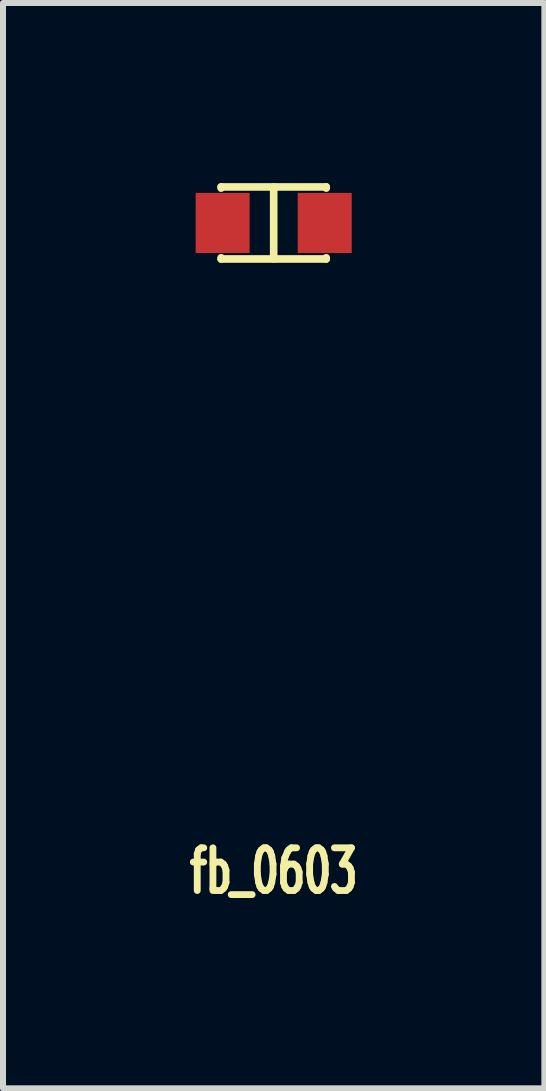
<source format=kicad_pcb>
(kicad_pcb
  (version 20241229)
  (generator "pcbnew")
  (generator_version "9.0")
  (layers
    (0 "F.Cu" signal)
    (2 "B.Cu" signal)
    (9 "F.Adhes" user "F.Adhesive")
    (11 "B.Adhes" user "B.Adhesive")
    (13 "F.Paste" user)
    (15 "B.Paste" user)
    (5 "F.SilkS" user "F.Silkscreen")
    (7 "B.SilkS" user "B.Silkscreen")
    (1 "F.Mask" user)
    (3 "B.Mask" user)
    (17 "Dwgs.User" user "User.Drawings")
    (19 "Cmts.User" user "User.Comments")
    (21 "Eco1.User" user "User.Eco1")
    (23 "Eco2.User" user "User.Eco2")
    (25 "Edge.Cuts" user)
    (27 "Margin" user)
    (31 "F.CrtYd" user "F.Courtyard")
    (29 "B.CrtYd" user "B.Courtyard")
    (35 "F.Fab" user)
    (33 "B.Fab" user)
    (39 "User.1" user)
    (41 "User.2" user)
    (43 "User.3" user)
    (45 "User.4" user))
  (footprint "fb_0603"
    (layer "F.Cu")
    (at 1.508 0.663)
    (property "Reference" "fb_0603" (at 0 10.795 0) (layer "F.SilkS") (effects (font (size 0.711 0.457) (thickness 0.114))))
    (attr through_hole)
    (fp_line (start -0.875 -0.58) (end -0.875 -0.6) (stroke (width 0.127) (type solid)) (layer "F.SilkS"))
    (fp_line (start -0.875 0.6) (end -0.875 0.58) (stroke (width 0.127) (type solid)) (layer "F.SilkS"))
    (fp_line (start -0.875 0.6) (end 0.875 0.6) (stroke (width 0.127) (type solid)) (layer "F.SilkS"))
    (fp_line (start 0 -0.6) (end 0 0.6) (stroke (width 0.127) (type solid)) (layer "F.SilkS"))
    (fp_line (start 0.875 -0.6) (end -0.875 -0.6) (stroke (width 0.127) (type solid)) (layer "F.SilkS"))
    (fp_line (start 0.875 -0.6) (end 0.875 -0.58) (stroke (width 0.127) (type solid)) (layer "F.SilkS"))
    (fp_line (start 0.875 0.58) (end 0.875 0.6) (stroke (width 0.127) (type solid)) (layer "F.SilkS"))
    (pad "1" smd rect (at -0.85 0) (size 0.899 1.001) (layers "F.Cu" "F.Mask" "F.Paste"))
    (pad "2" smd rect (at 0.85 0) (size 0.899 1.001) (layers "F.Cu" "F.Mask" "F.Paste")))
  (gr_rect
    (start -3 -3)
    (end 6.016 15.075)
    (stroke (width 0.1) (type default))
    (fill no)
    (layer "Edge.Cuts")))
</source>
